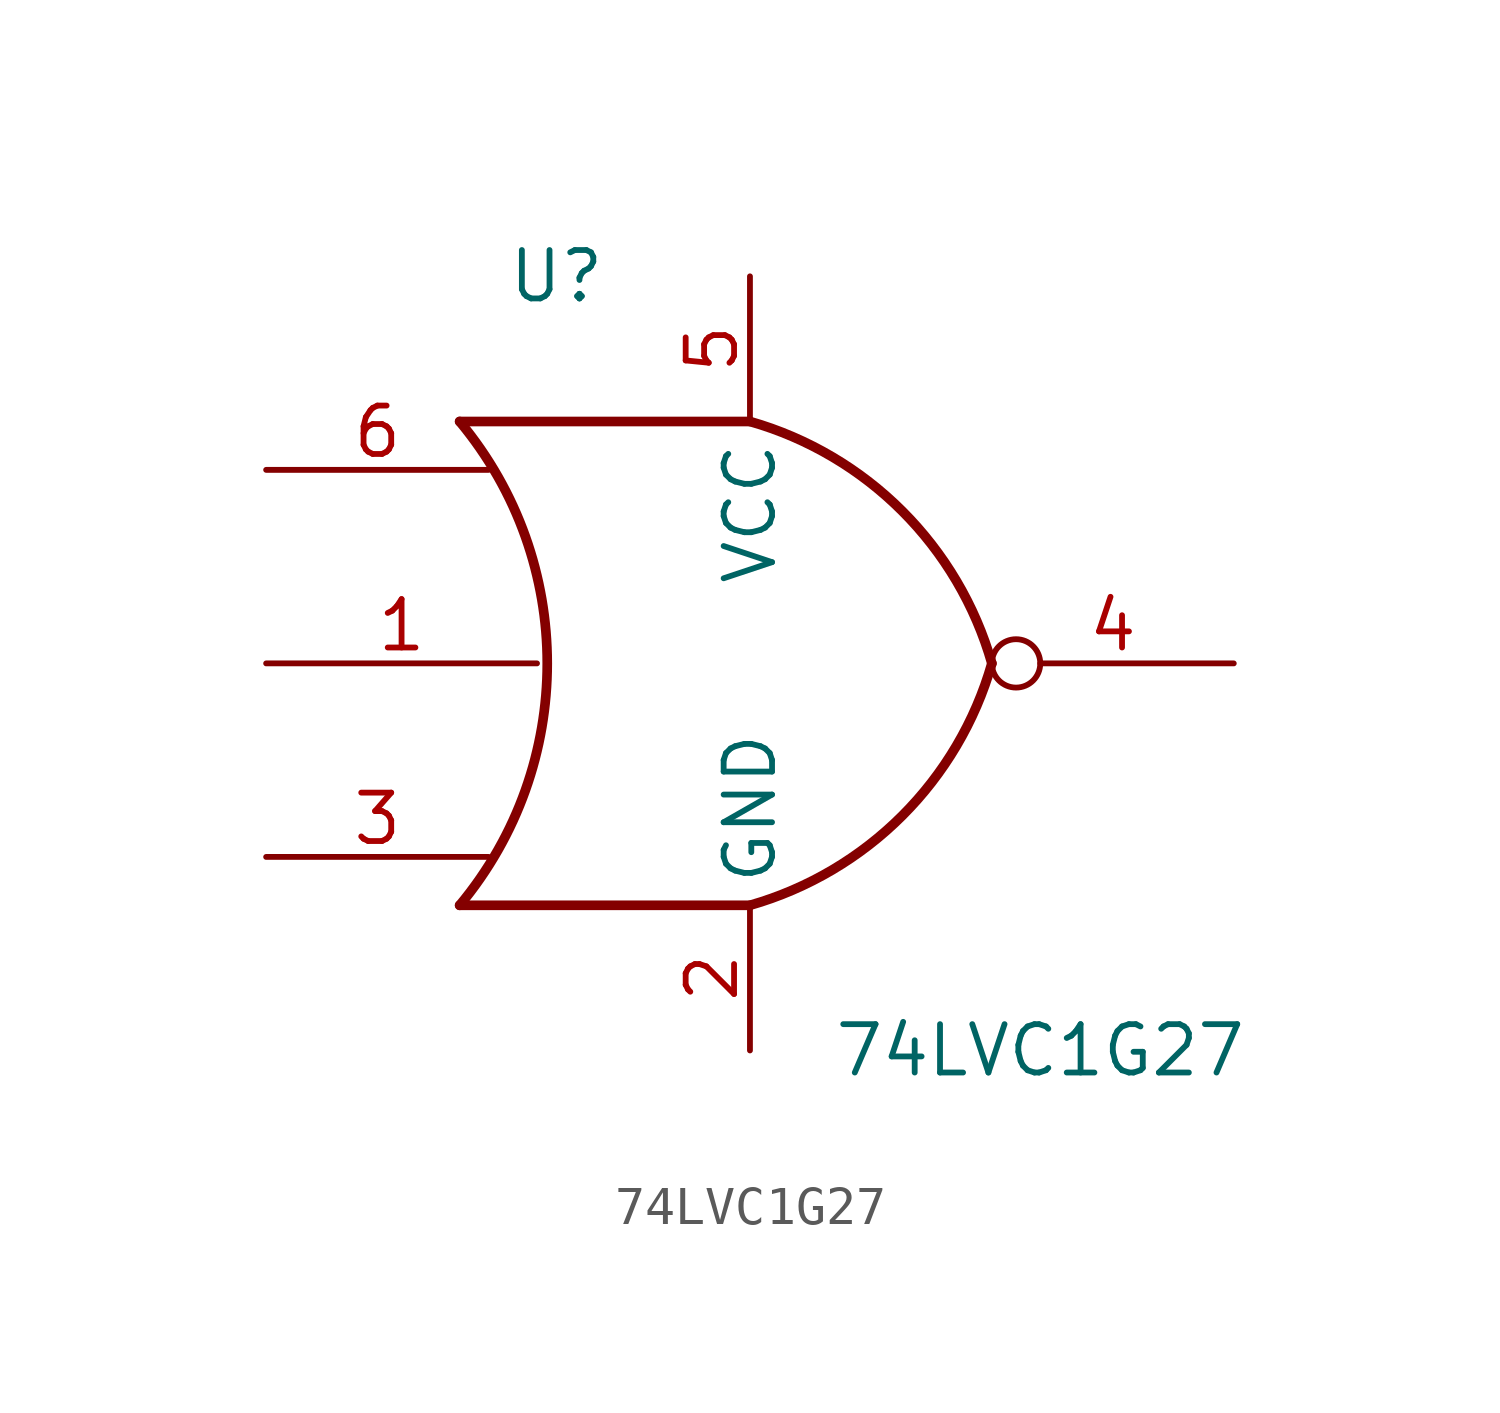
<source format=kicad_sym>
(kicad_symbol_lib
  (version 20220914)
  (generator kicad_symbol_editor)
  (symbol "74LVC1G27"
    (property "Reference" "U"
      (at -5.08 10.16 0)
      (effects (font (size 1.27 1.27))))
    (property "Value" "74LVC1G27"
      (at 7.62 -10.16 0)
      (effects (font (size 1.27 1.27))))
    (symbol "74LVC1G27_0_1"
      (arc (start -7.62 -6.35) (mid -5.321 0) (end -7.62 6.35) (stroke (width 0.254) (type default)) (fill (type none)))
      (arc (start 0 -6.35) (mid 3.9978 -3.9978) (end 6.35 0) (stroke (width 0.254) (type default)) (fill (type none)))
      (polyline (pts (xy 0 -6.35) (xy -7.62 -6.35)) (stroke (width 0.254) (type default)) (fill (type background)))
      (polyline (pts (xy 0 6.35) (xy -7.62 6.35)) (stroke (width 0.254) (type default)) (fill (type background)))
      (arc (start 6.35 0) (mid 3.9978 3.9978) (end 0 6.35) (stroke (width 0.254) (type default)) (fill (type none))))
    (symbol "74LVC1G27_1_1"
      (pin input line (at -12.7 0 0) (length 7.11) (name "~" (effects (font (size 1.27 1.27)))) (number "1" (effects (font (size 1.27 1.27)))))
      (pin power_in line (at 0 -10.16 90) (length 3.81) (name "GND" (effects (font (size 1.27 1.27)))) (number "2" (effects (font (size 1.27 1.27)))))
      (pin input line (at -12.7 -5.08 0) (length 5.84) (name "~" (effects (font (size 1.27 1.27)))) (number "3" (effects (font (size 1.27 1.27)))))
      (pin output inverted (at 12.7 0 180) (length 6.35) (name "~" (effects (font (size 1.27 1.27)))) (number "4" (effects (font (size 1.27 1.27)))))
      (pin power_in line (at 0 10.16 270) (length 3.81) (name "VCC" (effects (font (size 1.27 1.27)))) (number "5" (effects (font (size 1.27 1.27)))))
      (pin input line (at -12.7 5.08 0) (length 5.84) (name "~" (effects (font (size 1.27 1.27)))) (number "6" (effects (font (size 1.27 1.27))))))))
</source>
